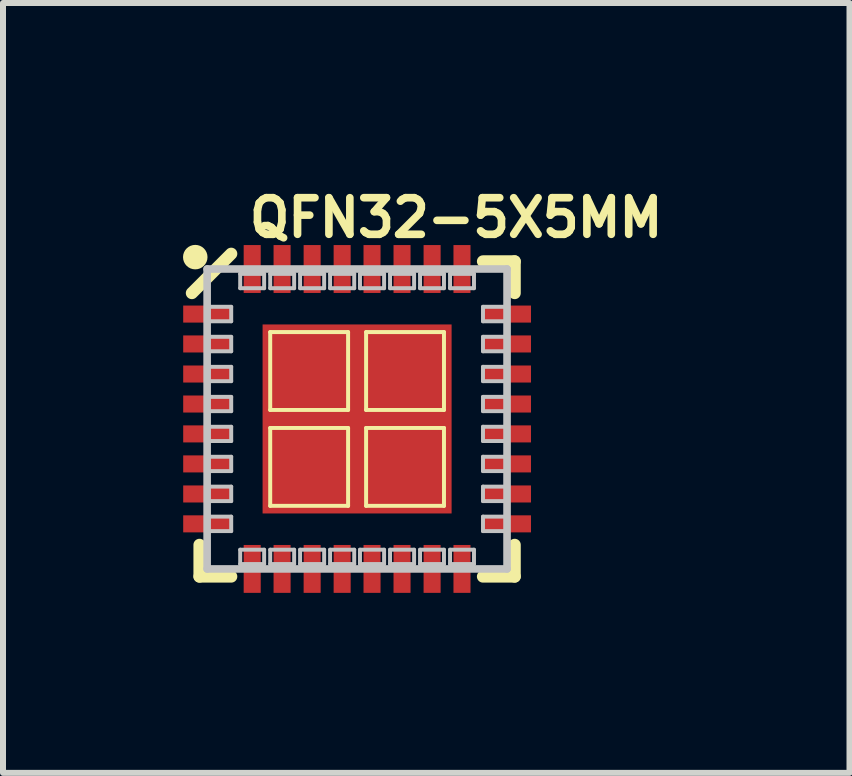
<source format=kicad_pcb>
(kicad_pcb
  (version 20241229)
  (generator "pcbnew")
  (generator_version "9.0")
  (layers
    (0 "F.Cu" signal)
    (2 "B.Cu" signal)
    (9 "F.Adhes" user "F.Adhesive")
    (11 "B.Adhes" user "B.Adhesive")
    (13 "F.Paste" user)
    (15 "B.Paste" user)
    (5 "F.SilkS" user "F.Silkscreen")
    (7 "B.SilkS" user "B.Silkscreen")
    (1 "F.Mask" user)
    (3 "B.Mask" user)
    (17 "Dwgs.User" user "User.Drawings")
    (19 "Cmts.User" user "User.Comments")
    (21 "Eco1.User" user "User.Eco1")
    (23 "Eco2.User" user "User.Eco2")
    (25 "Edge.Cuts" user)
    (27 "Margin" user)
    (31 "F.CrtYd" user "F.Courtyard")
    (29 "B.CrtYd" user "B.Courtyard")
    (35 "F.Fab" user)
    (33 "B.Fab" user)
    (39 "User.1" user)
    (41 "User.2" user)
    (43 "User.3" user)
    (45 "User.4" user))
  (footprint "QFN32-5X5MM"
    (layer "F.Cu")
    (at 2.901 3.932)
    (property "Reference" "QFN32-5X5MM" (at 1.651 -3.353 0) (layer "F.SilkS") (effects (font (size 0.61 0.61) (thickness 0.127))))
    (attr smd)
    (fp_line (start -2.626 2.626) (end -2.626 2.098) (stroke (width 0.203) (type solid)) (layer "F.SilkS"))
    (fp_line (start -2.098 -2.753) (end -2.753 -2.098) (stroke (width 0.203) (type solid)) (layer "F.SilkS"))
    (fp_line (start -2.098 2.626) (end -2.626 2.626) (stroke (width 0.203) (type solid)) (layer "F.SilkS"))
    (fp_line (start -1.448 -1.448) (end -0.15 -1.448) (stroke (width 0.066) (type solid)) (layer "F.SilkS"))
    (fp_line (start -1.448 -0.15) (end -1.448 -1.448) (stroke (width 0.066) (type solid)) (layer "F.SilkS"))
    (fp_line (start -1.448 -0.15) (end -0.15 -0.15) (stroke (width 0.066) (type solid)) (layer "F.SilkS"))
    (fp_line (start -1.448 0.15) (end -0.15 0.15) (stroke (width 0.066) (type solid)) (layer "F.SilkS"))
    (fp_line (start -1.448 1.448) (end -1.448 0.15) (stroke (width 0.066) (type solid)) (layer "F.SilkS"))
    (fp_line (start -1.448 1.448) (end -0.15 1.448) (stroke (width 0.066) (type solid)) (layer "F.SilkS"))
    (fp_line (start -0.15 -0.15) (end -0.15 -1.448) (stroke (width 0.066) (type solid)) (layer "F.SilkS"))
    (fp_line (start -0.15 1.448) (end -0.15 0.15) (stroke (width 0.066) (type solid)) (layer "F.SilkS"))
    (fp_line (start 0.15 -1.448) (end 1.448 -1.448) (stroke (width 0.066) (type solid)) (layer "F.SilkS"))
    (fp_line (start 0.15 -0.15) (end 0.15 -1.448) (stroke (width 0.066) (type solid)) (layer "F.SilkS"))
    (fp_line (start 0.15 -0.15) (end 1.448 -0.15) (stroke (width 0.066) (type solid)) (layer "F.SilkS"))
    (fp_line (start 0.15 0.15) (end 1.448 0.15) (stroke (width 0.066) (type solid)) (layer "F.SilkS"))
    (fp_line (start 0.15 1.448) (end 0.15 0.15) (stroke (width 0.066) (type solid)) (layer "F.SilkS"))
    (fp_line (start 0.15 1.448) (end 1.448 1.448) (stroke (width 0.066) (type solid)) (layer "F.SilkS"))
    (fp_line (start 1.448 -0.15) (end 1.448 -1.448) (stroke (width 0.066) (type solid)) (layer "F.SilkS"))
    (fp_line (start 1.448 1.448) (end 1.448 0.15) (stroke (width 0.066) (type solid)) (layer "F.SilkS"))
    (fp_line (start 2.098 -2.626) (end 2.626 -2.626) (stroke (width 0.203) (type solid)) (layer "F.SilkS"))
    (fp_line (start 2.626 -2.626) (end 2.626 -2.098) (stroke (width 0.203) (type solid)) (layer "F.SilkS"))
    (fp_line (start 2.626 2.098) (end 2.626 2.626) (stroke (width 0.203) (type solid)) (layer "F.SilkS"))
    (fp_line (start 2.626 2.626) (end 2.098 2.626) (stroke (width 0.203) (type solid)) (layer "F.SilkS"))
    (fp_circle (center -2.697 -2.697) (end -2.697 -2.901) (stroke (width 0) (type solid)) (fill yes) (layer "F.SilkS"))
    (fp_line (start -2.499 -2.499) (end -2.499 2.499) (stroke (width 0.127) (type solid)) (layer "Dwgs.User"))
    (fp_line (start -2.499 -1.869) (end -2.098 -1.869) (stroke (width 0.066) (type solid)) (layer "Dwgs.User"))
    (fp_line (start -2.499 -1.628) (end -2.499 -1.869) (stroke (width 0.066) (type solid)) (layer "Dwgs.User"))
    (fp_line (start -2.499 -1.628) (end -2.098 -1.628) (stroke (width 0.066) (type solid)) (layer "Dwgs.User"))
    (fp_line (start -2.499 -1.369) (end -2.098 -1.369) (stroke (width 0.066) (type solid)) (layer "Dwgs.User"))
    (fp_line (start -2.499 -1.128) (end -2.499 -1.369) (stroke (width 0.066) (type solid)) (layer "Dwgs.User"))
    (fp_line (start -2.499 -1.128) (end -2.098 -1.128) (stroke (width 0.066) (type solid)) (layer "Dwgs.User"))
    (fp_line (start -2.499 -0.869) (end -2.098 -0.869) (stroke (width 0.066) (type solid)) (layer "Dwgs.User"))
    (fp_line (start -2.499 -0.63) (end -2.499 -0.869) (stroke (width 0.066) (type solid)) (layer "Dwgs.User"))
    (fp_line (start -2.499 -0.63) (end -2.098 -0.63) (stroke (width 0.066) (type solid)) (layer "Dwgs.User"))
    (fp_line (start -2.499 -0.368) (end -2.098 -0.368) (stroke (width 0.066) (type solid)) (layer "Dwgs.User"))
    (fp_line (start -2.499 -0.13) (end -2.499 -0.368) (stroke (width 0.066) (type solid)) (layer "Dwgs.User"))
    (fp_line (start -2.499 -0.13) (end -2.098 -0.13) (stroke (width 0.066) (type solid)) (layer "Dwgs.User"))
    (fp_line (start -2.499 0.13) (end -2.098 0.13) (stroke (width 0.066) (type solid)) (layer "Dwgs.User"))
    (fp_line (start -2.499 0.368) (end -2.499 0.13) (stroke (width 0.066) (type solid)) (layer "Dwgs.User"))
    (fp_line (start -2.499 0.368) (end -2.098 0.368) (stroke (width 0.066) (type solid)) (layer "Dwgs.User"))
    (fp_line (start -2.499 0.63) (end -2.098 0.63) (stroke (width 0.066) (type solid)) (layer "Dwgs.User"))
    (fp_line (start -2.499 0.869) (end -2.499 0.63) (stroke (width 0.066) (type solid)) (layer "Dwgs.User"))
    (fp_line (start -2.499 0.869) (end -2.098 0.869) (stroke (width 0.066) (type solid)) (layer "Dwgs.User"))
    (fp_line (start -2.499 1.128) (end -2.098 1.128) (stroke (width 0.066) (type solid)) (layer "Dwgs.User"))
    (fp_line (start -2.499 1.369) (end -2.499 1.128) (stroke (width 0.066) (type solid)) (layer "Dwgs.User"))
    (fp_line (start -2.499 1.369) (end -2.098 1.369) (stroke (width 0.066) (type solid)) (layer "Dwgs.User"))
    (fp_line (start -2.499 1.628) (end -2.098 1.628) (stroke (width 0.066) (type solid)) (layer "Dwgs.User"))
    (fp_line (start -2.499 1.869) (end -2.499 1.628) (stroke (width 0.066) (type solid)) (layer "Dwgs.User"))
    (fp_line (start -2.499 1.869) (end -2.098 1.869) (stroke (width 0.066) (type solid)) (layer "Dwgs.User"))
    (fp_line (start -2.499 2.499) (end 2.499 2.499) (stroke (width 0.127) (type solid)) (layer "Dwgs.User"))
    (fp_line (start -2.098 -1.628) (end -2.098 -1.869) (stroke (width 0.066) (type solid)) (layer "Dwgs.User"))
    (fp_line (start -2.098 -1.128) (end -2.098 -1.369) (stroke (width 0.066) (type solid)) (layer "Dwgs.User"))
    (fp_line (start -2.098 -0.63) (end -2.098 -0.869) (stroke (width 0.066) (type solid)) (layer "Dwgs.User"))
    (fp_line (start -2.098 -0.13) (end -2.098 -0.368) (stroke (width 0.066) (type solid)) (layer "Dwgs.User"))
    (fp_line (start -2.098 0.368) (end -2.098 0.13) (stroke (width 0.066) (type solid)) (layer "Dwgs.User"))
    (fp_line (start -2.098 0.869) (end -2.098 0.63) (stroke (width 0.066) (type solid)) (layer "Dwgs.User"))
    (fp_line (start -2.098 1.369) (end -2.098 1.128) (stroke (width 0.066) (type solid)) (layer "Dwgs.User"))
    (fp_line (start -2.098 1.869) (end -2.098 1.628) (stroke (width 0.066) (type solid)) (layer "Dwgs.User"))
    (fp_line (start -1.948 -2.418) (end -1.549 -2.418) (stroke (width 0.066) (type solid)) (layer "Dwgs.User"))
    (fp_line (start -1.948 -2.179) (end -1.948 -2.418) (stroke (width 0.066) (type solid)) (layer "Dwgs.User"))
    (fp_line (start -1.948 -2.179) (end -1.549 -2.179) (stroke (width 0.066) (type solid)) (layer "Dwgs.User"))
    (fp_line (start -1.948 2.179) (end -1.549 2.179) (stroke (width 0.066) (type solid)) (layer "Dwgs.User"))
    (fp_line (start -1.948 2.418) (end -1.948 2.179) (stroke (width 0.066) (type solid)) (layer "Dwgs.User"))
    (fp_line (start -1.948 2.418) (end -1.549 2.418) (stroke (width 0.066) (type solid)) (layer "Dwgs.User"))
    (fp_line (start -1.549 -2.179) (end -1.549 -2.418) (stroke (width 0.066) (type solid)) (layer "Dwgs.User"))
    (fp_line (start -1.549 2.418) (end -1.549 2.179) (stroke (width 0.066) (type solid)) (layer "Dwgs.User"))
    (fp_line (start -1.448 -2.418) (end -1.049 -2.418) (stroke (width 0.066) (type solid)) (layer "Dwgs.User"))
    (fp_line (start -1.448 -2.179) (end -1.448 -2.418) (stroke (width 0.066) (type solid)) (layer "Dwgs.User"))
    (fp_line (start -1.448 -2.179) (end -1.049 -2.179) (stroke (width 0.066) (type solid)) (layer "Dwgs.User"))
    (fp_line (start -1.448 2.179) (end -1.049 2.179) (stroke (width 0.066) (type solid)) (layer "Dwgs.User"))
    (fp_line (start -1.448 2.418) (end -1.448 2.179) (stroke (width 0.066) (type solid)) (layer "Dwgs.User"))
    (fp_line (start -1.448 2.418) (end -1.049 2.418) (stroke (width 0.066) (type solid)) (layer "Dwgs.User"))
    (fp_line (start -1.049 -2.179) (end -1.049 -2.418) (stroke (width 0.066) (type solid)) (layer "Dwgs.User"))
    (fp_line (start -1.049 2.418) (end -1.049 2.179) (stroke (width 0.066) (type solid)) (layer "Dwgs.User"))
    (fp_line (start -0.95 -2.418) (end -0.549 -2.418) (stroke (width 0.066) (type solid)) (layer "Dwgs.User"))
    (fp_line (start -0.95 -2.179) (end -0.95 -2.418) (stroke (width 0.066) (type solid)) (layer "Dwgs.User"))
    (fp_line (start -0.95 -2.179) (end -0.549 -2.179) (stroke (width 0.066) (type solid)) (layer "Dwgs.User"))
    (fp_line (start -0.95 2.179) (end -0.549 2.179) (stroke (width 0.066) (type solid)) (layer "Dwgs.User"))
    (fp_line (start -0.95 2.418) (end -0.95 2.179) (stroke (width 0.066) (type solid)) (layer "Dwgs.User"))
    (fp_line (start -0.95 2.418) (end -0.549 2.418) (stroke (width 0.066) (type solid)) (layer "Dwgs.User"))
    (fp_line (start -0.549 -2.179) (end -0.549 -2.418) (stroke (width 0.066) (type solid)) (layer "Dwgs.User"))
    (fp_line (start -0.549 2.418) (end -0.549 2.179) (stroke (width 0.066) (type solid)) (layer "Dwgs.User"))
    (fp_line (start -0.45 -2.418) (end -0.048 -2.418) (stroke (width 0.066) (type solid)) (layer "Dwgs.User"))
    (fp_line (start -0.45 -2.179) (end -0.45 -2.418) (stroke (width 0.066) (type solid)) (layer "Dwgs.User"))
    (fp_line (start -0.45 -2.179) (end -0.048 -2.179) (stroke (width 0.066) (type solid)) (layer "Dwgs.User"))
    (fp_line (start -0.45 2.179) (end -0.048 2.179) (stroke (width 0.066) (type solid)) (layer "Dwgs.User"))
    (fp_line (start -0.45 2.418) (end -0.45 2.179) (stroke (width 0.066) (type solid)) (layer "Dwgs.User"))
    (fp_line (start -0.45 2.418) (end -0.048 2.418) (stroke (width 0.066) (type solid)) (layer "Dwgs.User"))
    (fp_line (start -0.048 -2.179) (end -0.048 -2.418) (stroke (width 0.066) (type solid)) (layer "Dwgs.User"))
    (fp_line (start -0.048 2.418) (end -0.048 2.179) (stroke (width 0.066) (type solid)) (layer "Dwgs.User"))
    (fp_line (start 0.048 -2.418) (end 0.45 -2.418) (stroke (width 0.066) (type solid)) (layer "Dwgs.User"))
    (fp_line (start 0.048 -2.179) (end 0.048 -2.418) (stroke (width 0.066) (type solid)) (layer "Dwgs.User"))
    (fp_line (start 0.048 -2.179) (end 0.45 -2.179) (stroke (width 0.066) (type solid)) (layer "Dwgs.User"))
    (fp_line (start 0.048 2.179) (end 0.45 2.179) (stroke (width 0.066) (type solid)) (layer "Dwgs.User"))
    (fp_line (start 0.048 2.418) (end 0.048 2.179) (stroke (width 0.066) (type solid)) (layer "Dwgs.User"))
    (fp_line (start 0.048 2.418) (end 0.45 2.418) (stroke (width 0.066) (type solid)) (layer "Dwgs.User"))
    (fp_line (start 0.45 -2.179) (end 0.45 -2.418) (stroke (width 0.066) (type solid)) (layer "Dwgs.User"))
    (fp_line (start 0.45 2.418) (end 0.45 2.179) (stroke (width 0.066) (type solid)) (layer "Dwgs.User"))
    (fp_line (start 0.549 -2.418) (end 0.95 -2.418) (stroke (width 0.066) (type solid)) (layer "Dwgs.User"))
    (fp_line (start 0.549 -2.179) (end 0.549 -2.418) (stroke (width 0.066) (type solid)) (layer "Dwgs.User"))
    (fp_line (start 0.549 -2.179) (end 0.95 -2.179) (stroke (width 0.066) (type solid)) (layer "Dwgs.User"))
    (fp_line (start 0.549 2.179) (end 0.95 2.179) (stroke (width 0.066) (type solid)) (layer "Dwgs.User"))
    (fp_line (start 0.549 2.418) (end 0.549 2.179) (stroke (width 0.066) (type solid)) (layer "Dwgs.User"))
    (fp_line (start 0.549 2.418) (end 0.95 2.418) (stroke (width 0.066) (type solid)) (layer "Dwgs.User"))
    (fp_line (start 0.95 -2.179) (end 0.95 -2.418) (stroke (width 0.066) (type solid)) (layer "Dwgs.User"))
    (fp_line (start 0.95 2.418) (end 0.95 2.179) (stroke (width 0.066) (type solid)) (layer "Dwgs.User"))
    (fp_line (start 1.049 -2.418) (end 1.448 -2.418) (stroke (width 0.066) (type solid)) (layer "Dwgs.User"))
    (fp_line (start 1.049 -2.179) (end 1.049 -2.418) (stroke (width 0.066) (type solid)) (layer "Dwgs.User"))
    (fp_line (start 1.049 -2.179) (end 1.448 -2.179) (stroke (width 0.066) (type solid)) (layer "Dwgs.User"))
    (fp_line (start 1.049 2.179) (end 1.448 2.179) (stroke (width 0.066) (type solid)) (layer "Dwgs.User"))
    (fp_line (start 1.049 2.418) (end 1.049 2.179) (stroke (width 0.066) (type solid)) (layer "Dwgs.User"))
    (fp_line (start 1.049 2.418) (end 1.448 2.418) (stroke (width 0.066) (type solid)) (layer "Dwgs.User"))
    (fp_line (start 1.448 -2.179) (end 1.448 -2.418) (stroke (width 0.066) (type solid)) (layer "Dwgs.User"))
    (fp_line (start 1.448 2.418) (end 1.448 2.179) (stroke (width 0.066) (type solid)) (layer "Dwgs.User"))
    (fp_line (start 1.549 -2.418) (end 1.948 -2.418) (stroke (width 0.066) (type solid)) (layer "Dwgs.User"))
    (fp_line (start 1.549 -2.179) (end 1.549 -2.418) (stroke (width 0.066) (type solid)) (layer "Dwgs.User"))
    (fp_line (start 1.549 -2.179) (end 1.948 -2.179) (stroke (width 0.066) (type solid)) (layer "Dwgs.User"))
    (fp_line (start 1.549 2.179) (end 1.948 2.179) (stroke (width 0.066) (type solid)) (layer "Dwgs.User"))
    (fp_line (start 1.549 2.418) (end 1.549 2.179) (stroke (width 0.066) (type solid)) (layer "Dwgs.User"))
    (fp_line (start 1.549 2.418) (end 1.948 2.418) (stroke (width 0.066) (type solid)) (layer "Dwgs.User"))
    (fp_line (start 1.948 -2.179) (end 1.948 -2.418) (stroke (width 0.066) (type solid)) (layer "Dwgs.User"))
    (fp_line (start 1.948 2.418) (end 1.948 2.179) (stroke (width 0.066) (type solid)) (layer "Dwgs.User"))
    (fp_line (start 2.098 -1.869) (end 2.499 -1.869) (stroke (width 0.066) (type solid)) (layer "Dwgs.User"))
    (fp_line (start 2.098 -1.628) (end 2.098 -1.869) (stroke (width 0.066) (type solid)) (layer "Dwgs.User"))
    (fp_line (start 2.098 -1.628) (end 2.499 -1.628) (stroke (width 0.066) (type solid)) (layer "Dwgs.User"))
    (fp_line (start 2.098 -1.369) (end 2.499 -1.369) (stroke (width 0.066) (type solid)) (layer "Dwgs.User"))
    (fp_line (start 2.098 -1.128) (end 2.098 -1.369) (stroke (width 0.066) (type solid)) (layer "Dwgs.User"))
    (fp_line (start 2.098 -1.128) (end 2.499 -1.128) (stroke (width 0.066) (type solid)) (layer "Dwgs.User"))
    (fp_line (start 2.098 -0.869) (end 2.499 -0.869) (stroke (width 0.066) (type solid)) (layer "Dwgs.User"))
    (fp_line (start 2.098 -0.63) (end 2.098 -0.869) (stroke (width 0.066) (type solid)) (layer "Dwgs.User"))
    (fp_line (start 2.098 -0.63) (end 2.499 -0.63) (stroke (width 0.066) (type solid)) (layer "Dwgs.User"))
    (fp_line (start 2.098 -0.368) (end 2.499 -0.368) (stroke (width 0.066) (type solid)) (layer "Dwgs.User"))
    (fp_line (start 2.098 -0.13) (end 2.098 -0.368) (stroke (width 0.066) (type solid)) (layer "Dwgs.User"))
    (fp_line (start 2.098 -0.13) (end 2.499 -0.13) (stroke (width 0.066) (type solid)) (layer "Dwgs.User"))
    (fp_line (start 2.098 0.13) (end 2.499 0.13) (stroke (width 0.066) (type solid)) (layer "Dwgs.User"))
    (fp_line (start 2.098 0.368) (end 2.098 0.13) (stroke (width 0.066) (type solid)) (layer "Dwgs.User"))
    (fp_line (start 2.098 0.368) (end 2.499 0.368) (stroke (width 0.066) (type solid)) (layer "Dwgs.User"))
    (fp_line (start 2.098 0.63) (end 2.499 0.63) (stroke (width 0.066) (type solid)) (layer "Dwgs.User"))
    (fp_line (start 2.098 0.869) (end 2.098 0.63) (stroke (width 0.066) (type solid)) (layer "Dwgs.User"))
    (fp_line (start 2.098 0.869) (end 2.499 0.869) (stroke (width 0.066) (type solid)) (layer "Dwgs.User"))
    (fp_line (start 2.098 1.128) (end 2.499 1.128) (stroke (width 0.066) (type solid)) (layer "Dwgs.User"))
    (fp_line (start 2.098 1.369) (end 2.098 1.128) (stroke (width 0.066) (type solid)) (layer "Dwgs.User"))
    (fp_line (start 2.098 1.369) (end 2.499 1.369) (stroke (width 0.066) (type solid)) (layer "Dwgs.User"))
    (fp_line (start 2.098 1.628) (end 2.499 1.628) (stroke (width 0.066) (type solid)) (layer "Dwgs.User"))
    (fp_line (start 2.098 1.869) (end 2.098 1.628) (stroke (width 0.066) (type solid)) (layer "Dwgs.User"))
    (fp_line (start 2.098 1.869) (end 2.499 1.869) (stroke (width 0.066) (type solid)) (layer "Dwgs.User"))
    (fp_line (start 2.499 -2.499) (end -2.499 -2.499) (stroke (width 0.127) (type solid)) (layer "Dwgs.User"))
    (fp_line (start 2.499 -1.628) (end 2.499 -1.869) (stroke (width 0.066) (type solid)) (layer "Dwgs.User"))
    (fp_line (start 2.499 -1.128) (end 2.499 -1.369) (stroke (width 0.066) (type solid)) (layer "Dwgs.User"))
    (fp_line (start 2.499 -0.63) (end 2.499 -0.869) (stroke (width 0.066) (type solid)) (layer "Dwgs.User"))
    (fp_line (start 2.499 -0.13) (end 2.499 -0.368) (stroke (width 0.066) (type solid)) (layer "Dwgs.User"))
    (fp_line (start 2.499 0.368) (end 2.499 0.13) (stroke (width 0.066) (type solid)) (layer "Dwgs.User"))
    (fp_line (start 2.499 0.869) (end 2.499 0.63) (stroke (width 0.066) (type solid)) (layer "Dwgs.User"))
    (fp_line (start 2.499 1.369) (end 2.499 1.128) (stroke (width 0.066) (type solid)) (layer "Dwgs.User"))
    (fp_line (start 2.499 1.869) (end 2.499 1.628) (stroke (width 0.066) (type solid)) (layer "Dwgs.User"))
    (fp_line (start 2.499 2.499) (end 2.499 -2.499) (stroke (width 0.127) (type solid)) (layer "Dwgs.User"))
    (pad "1" smd rect (at -2.499 -1.748) (size 0.798 0.284) (layers "F.Cu" "F.Mask" "F.Paste"))
    (pad "2" smd rect (at -2.499 -1.25) (size 0.798 0.284) (layers "F.Cu" "F.Mask" "F.Paste"))
    (pad "3" smd rect (at -2.499 -0.749) (size 0.798 0.284) (layers "F.Cu" "F.Mask" "F.Paste"))
    (pad "4" smd rect (at -2.499 -0.249) (size 0.798 0.284) (layers "F.Cu" "F.Mask" "F.Paste"))
    (pad "5" smd rect (at -2.499 0.249) (size 0.798 0.284) (layers "F.Cu" "F.Mask" "F.Paste"))
    (pad "6" smd rect (at -2.499 0.749) (size 0.798 0.284) (layers "F.Cu" "F.Mask" "F.Paste"))
    (pad "7" smd rect (at -2.499 1.25) (size 0.798 0.284) (layers "F.Cu" "F.Mask" "F.Paste"))
    (pad "8" smd rect (at -2.499 1.748) (size 0.798 0.284) (layers "F.Cu" "F.Mask" "F.Paste"))
    (pad "9" smd rect (at -1.748 2.499 90) (size 0.798 0.284) (layers "F.Cu" "F.Mask" "F.Paste"))
    (pad "10" smd rect (at -1.25 2.499 90) (size 0.798 0.284) (layers "F.Cu" "F.Mask" "F.Paste"))
    (pad "11" smd rect (at -0.749 2.499 90) (size 0.798 0.284) (layers "F.Cu" "F.Mask" "F.Paste"))
    (pad "12" smd rect (at -0.249 2.499 90) (size 0.798 0.284) (layers "F.Cu" "F.Mask" "F.Paste"))
    (pad "13" smd rect (at 0.249 2.499 90) (size 0.798 0.284) (layers "F.Cu" "F.Mask" "F.Paste"))
    (pad "14" smd rect (at 0.749 2.499 90) (size 0.798 0.284) (layers "F.Cu" "F.Mask" "F.Paste"))
    (pad "15" smd rect (at 1.25 2.499 90) (size 0.798 0.284) (layers "F.Cu" "F.Mask" "F.Paste"))
    (pad "16" smd rect (at 1.748 2.499 90) (size 0.798 0.284) (layers "F.Cu" "F.Mask" "F.Paste"))
    (pad "17" smd rect (at 2.499 1.748 180) (size 0.798 0.284) (layers "F.Cu" "F.Mask" "F.Paste"))
    (pad "18" smd rect (at 2.499 1.25 180) (size 0.798 0.284) (layers "F.Cu" "F.Mask" "F.Paste"))
    (pad "19" smd rect (at 2.499 0.749 180) (size 0.798 0.284) (layers "F.Cu" "F.Mask" "F.Paste"))
    (pad "20" smd rect (at 2.499 0.249 180) (size 0.798 0.284) (layers "F.Cu" "F.Mask" "F.Paste"))
    (pad "21" smd rect (at 2.499 -0.249 180) (size 0.798 0.284) (layers "F.Cu" "F.Mask" "F.Paste"))
    (pad "22" smd rect (at 2.499 -0.749 180) (size 0.798 0.284) (layers "F.Cu" "F.Mask" "F.Paste"))
    (pad "23" smd rect (at 2.499 -1.25 180) (size 0.798 0.284) (layers "F.Cu" "F.Mask" "F.Paste"))
    (pad "24" smd rect (at 2.499 -1.748 180) (size 0.798 0.284) (layers "F.Cu" "F.Mask" "F.Paste"))
    (pad "25" smd rect (at 1.748 -2.499 270) (size 0.798 0.284) (layers "F.Cu" "F.Mask" "F.Paste"))
    (pad "26" smd rect (at 1.25 -2.499 270) (size 0.798 0.284) (layers "F.Cu" "F.Mask" "F.Paste"))
    (pad "27" smd rect (at 0.749 -2.499 270) (size 0.798 0.284) (layers "F.Cu" "F.Mask" "F.Paste"))
    (pad "28" smd rect (at 0.249 -2.499 270) (size 0.798 0.284) (layers "F.Cu" "F.Mask" "F.Paste"))
    (pad "29" smd rect (at -0.249 -2.499 270) (size 0.798 0.284) (layers "F.Cu" "F.Mask" "F.Paste"))
    (pad "30" smd rect (at -0.749 -2.499 270) (size 0.798 0.284) (layers "F.Cu" "F.Mask" "F.Paste"))
    (pad "31" smd rect (at -1.25 -2.499 270) (size 0.798 0.284) (layers "F.Cu" "F.Mask" "F.Paste"))
    (pad "32" smd rect (at -1.748 -2.499 270) (size 0.798 0.284) (layers "F.Cu" "F.Mask" "F.Paste"))
    (pad "EP" smd rect (at 0 0) (size 3.15 3.15) (layers "F.Cu" "F.Mask" "F.Paste")))
  (gr_rect
    (start -3 -3)
    (end 11.107 9.83)
    (stroke (width 0.1) (type default))
    (fill no)
    (layer "Edge.Cuts")))
</source>
